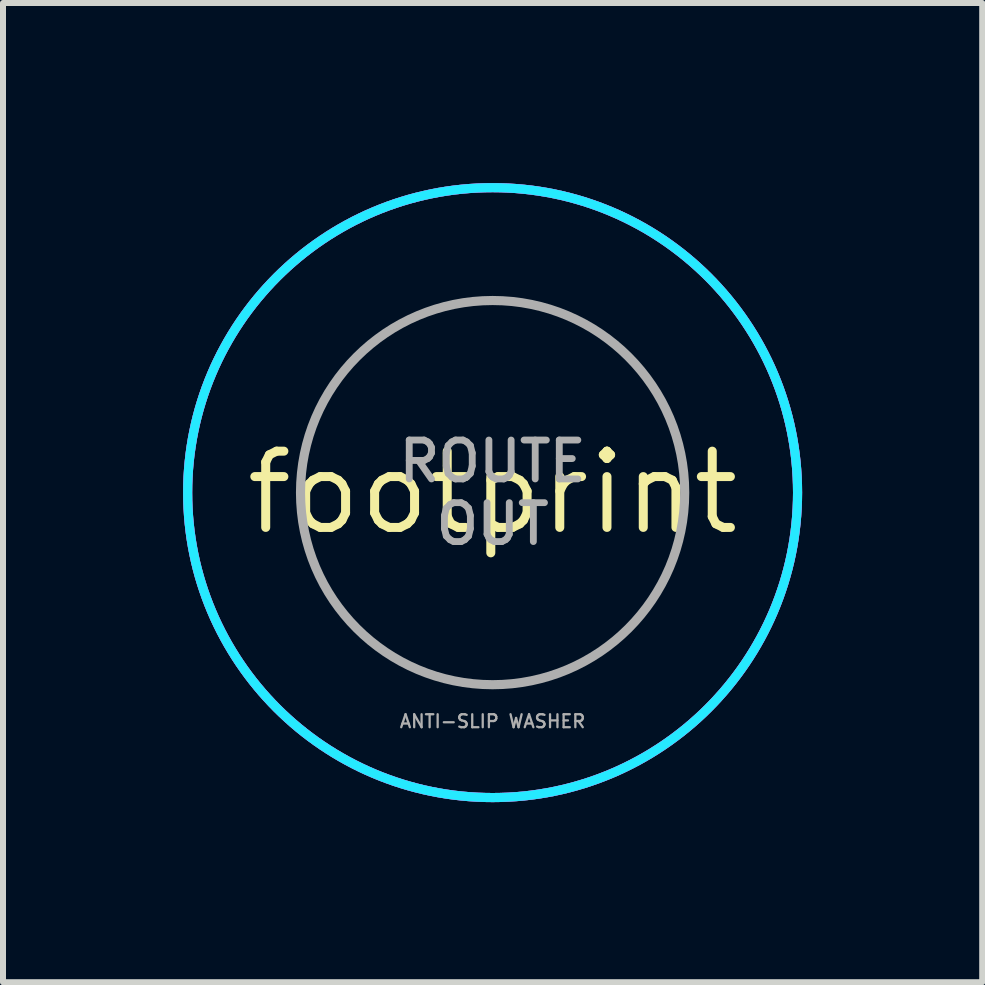
<source format=kicad_pcb>
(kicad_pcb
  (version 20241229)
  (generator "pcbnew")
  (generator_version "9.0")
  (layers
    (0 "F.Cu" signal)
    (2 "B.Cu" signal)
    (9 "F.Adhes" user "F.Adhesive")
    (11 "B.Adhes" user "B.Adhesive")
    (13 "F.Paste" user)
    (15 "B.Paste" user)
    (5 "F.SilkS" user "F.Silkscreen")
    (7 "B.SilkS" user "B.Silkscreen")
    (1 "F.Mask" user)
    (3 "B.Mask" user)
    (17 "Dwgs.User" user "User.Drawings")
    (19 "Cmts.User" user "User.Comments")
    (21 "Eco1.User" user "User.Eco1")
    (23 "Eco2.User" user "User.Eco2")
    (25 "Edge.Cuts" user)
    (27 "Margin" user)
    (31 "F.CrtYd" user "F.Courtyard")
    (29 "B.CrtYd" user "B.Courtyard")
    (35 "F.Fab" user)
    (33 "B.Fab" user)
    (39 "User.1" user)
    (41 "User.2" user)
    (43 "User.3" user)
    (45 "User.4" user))
  (footprint "footprint"
    (layer "F.Cu")
    (at 5.156 5.156)
    (property "Reference" "footprint" (at 0 0 0) (layer "F.SilkS") (effects (font (size 1.27 1.27) (thickness 0.15))))
    (fp_circle (center 0 0) (end 5.08 0) (stroke (width 0.152) (type solid)) (fill no) (layer "B.CrtYd"))
    (fp_circle (center 0 0) (end 5.08 0) (stroke (width 0.152) (type solid)) (fill no) (layer "F.CrtYd"))
    (fp_circle (center 0 0) (end 3.2 0) (stroke (width 0.152) (type solid)) (fill no) (layer "F.Fab"))
    (fp_circle (center 0 0) (end 5.08 0) (stroke (width 0.152) (type solid)) (fill no) (layer "F.Fab"))
    (fp_text user "ANTI-SLIP WASHER" (at 0 3.81 0) (layer "F.Fab") (effects (font (size 0.216 0.216) (thickness 0.038))))
    (fp_text user "ROUTE\nOUT" (at 0 0 0) (layer "F.Fab") (effects (font (size 0.648 0.648) (thickness 0.114))))
    (zone (net_name "") (layer "F.Cu") (hatch edge 0.508) (connect_pads) (min_thickness 0.254) (filled_areas_thickness no) (keepout (tracks not_allowed) (vias not_allowed) (pads not_allowed) (copperpour not_allowed) (footprints allowed)) (placement (enabled no)) (fill) (polygon (pts (xy 8.432 5.156) (xy 8.383 4.587) (xy 8.235 4.036) (xy 7.993 3.518) (xy 7.666 3.05) (xy 7.262 2.646) (xy 6.794 2.319) (xy 6.277 2.078) (xy 5.725 1.93) (xy 5.156 1.88) (xy 4.587 1.93) (xy 4.036 2.078) (xy 3.518 2.319) (xy 3.05 2.646) (xy 2.646 3.05) (xy 2.319 3.518) (xy 2.078 4.036) (xy 1.93 4.587) (xy 1.88 5.156) (xy 1.93 5.725) (xy 2.078 6.277) (xy 2.319 6.794) (xy 2.646 7.262) (xy 3.05 7.666) (xy 3.518 7.993) (xy 4.036 8.235) (xy 4.587 8.383) (xy 5.156 8.432) (xy 5.725 8.383) (xy 6.277 8.235) (xy 6.794 7.993) (xy 7.262 7.666) (xy 7.666 7.262) (xy 7.993 6.794) (xy 8.235 6.277) (xy 8.383 5.725))) (polygon (pts (xy 8.28 5.156) (xy 8.233 4.614) (xy 8.092 4.088) (xy 7.861 3.594) (xy 7.549 3.148) (xy 7.164 2.763) (xy 6.718 2.451) (xy 6.225 2.221) (xy 5.699 2.08) (xy 5.156 2.032) (xy 4.614 2.08) (xy 4.088 2.221) (xy 3.594 2.451) (xy 3.148 2.763) (xy 2.763 3.148) (xy 2.451 3.594) (xy 2.221 4.088) (xy 2.08 4.614) (xy 2.032 5.156) (xy 2.08 5.699) (xy 2.221 6.225) (xy 2.451 6.718) (xy 2.763 7.164) (xy 3.148 7.549) (xy 3.594 7.861) (xy 4.088 8.092) (xy 4.614 8.233) (xy 5.156 8.28) (xy 5.699 8.233) (xy 6.225 8.092) (xy 6.718 7.861) (xy 7.164 7.549) (xy 7.549 7.164) (xy 7.861 6.718) (xy 8.092 6.225) (xy 8.233 5.699))))
    (zone (net_name "") (layer "B.Cu") (hatch edge 0.508) (connect_pads) (min_thickness 0.254) (filled_areas_thickness no) (keepout (tracks not_allowed) (vias not_allowed) (pads not_allowed) (copperpour not_allowed) (footprints allowed)) (placement (enabled no)) (fill) (polygon (pts (xy 8.432 5.156) (xy 8.383 4.587) (xy 8.235 4.036) (xy 7.993 3.518) (xy 7.666 3.05) (xy 7.262 2.646) (xy 6.794 2.319) (xy 6.277 2.078) (xy 5.725 1.93) (xy 5.156 1.88) (xy 4.587 1.93) (xy 4.036 2.078) (xy 3.518 2.319) (xy 3.05 2.646) (xy 2.646 3.05) (xy 2.319 3.518) (xy 2.078 4.036) (xy 1.93 4.587) (xy 1.88 5.156) (xy 1.93 5.725) (xy 2.078 6.277) (xy 2.319 6.794) (xy 2.646 7.262) (xy 3.05 7.666) (xy 3.518 7.993) (xy 4.036 8.235) (xy 4.587 8.383) (xy 5.156 8.432) (xy 5.725 8.383) (xy 6.277 8.235) (xy 6.794 7.993) (xy 7.262 7.666) (xy 7.666 7.262) (xy 7.993 6.794) (xy 8.235 6.277) (xy 8.383 5.725))) (polygon (pts (xy 8.28 5.156) (xy 8.233 4.614) (xy 8.092 4.088) (xy 7.861 3.594) (xy 7.549 3.148) (xy 7.164 2.763) (xy 6.718 2.451) (xy 6.225 2.221) (xy 5.699 2.08) (xy 5.156 2.032) (xy 4.614 2.08) (xy 4.088 2.221) (xy 3.594 2.451) (xy 3.148 2.763) (xy 2.763 3.148) (xy 2.451 3.594) (xy 2.221 4.088) (xy 2.08 4.614) (xy 2.032 5.156) (xy 2.08 5.699) (xy 2.221 6.225) (xy 2.451 6.718) (xy 2.763 7.164) (xy 3.148 7.549) (xy 3.594 7.861) (xy 4.088 8.092) (xy 4.614 8.233) (xy 5.156 8.28) (xy 5.699 8.233) (xy 6.225 8.092) (xy 6.718 7.861) (xy 7.164 7.549) (xy 7.549 7.164) (xy 7.861 6.718) (xy 8.092 6.225) (xy 8.233 5.699)))))
  (gr_rect
    (start -3 -3)
    (end 13.312 13.312)
    (stroke (width 0.1) (type default))
    (fill no)
    (layer "Edge.Cuts")))
</source>
